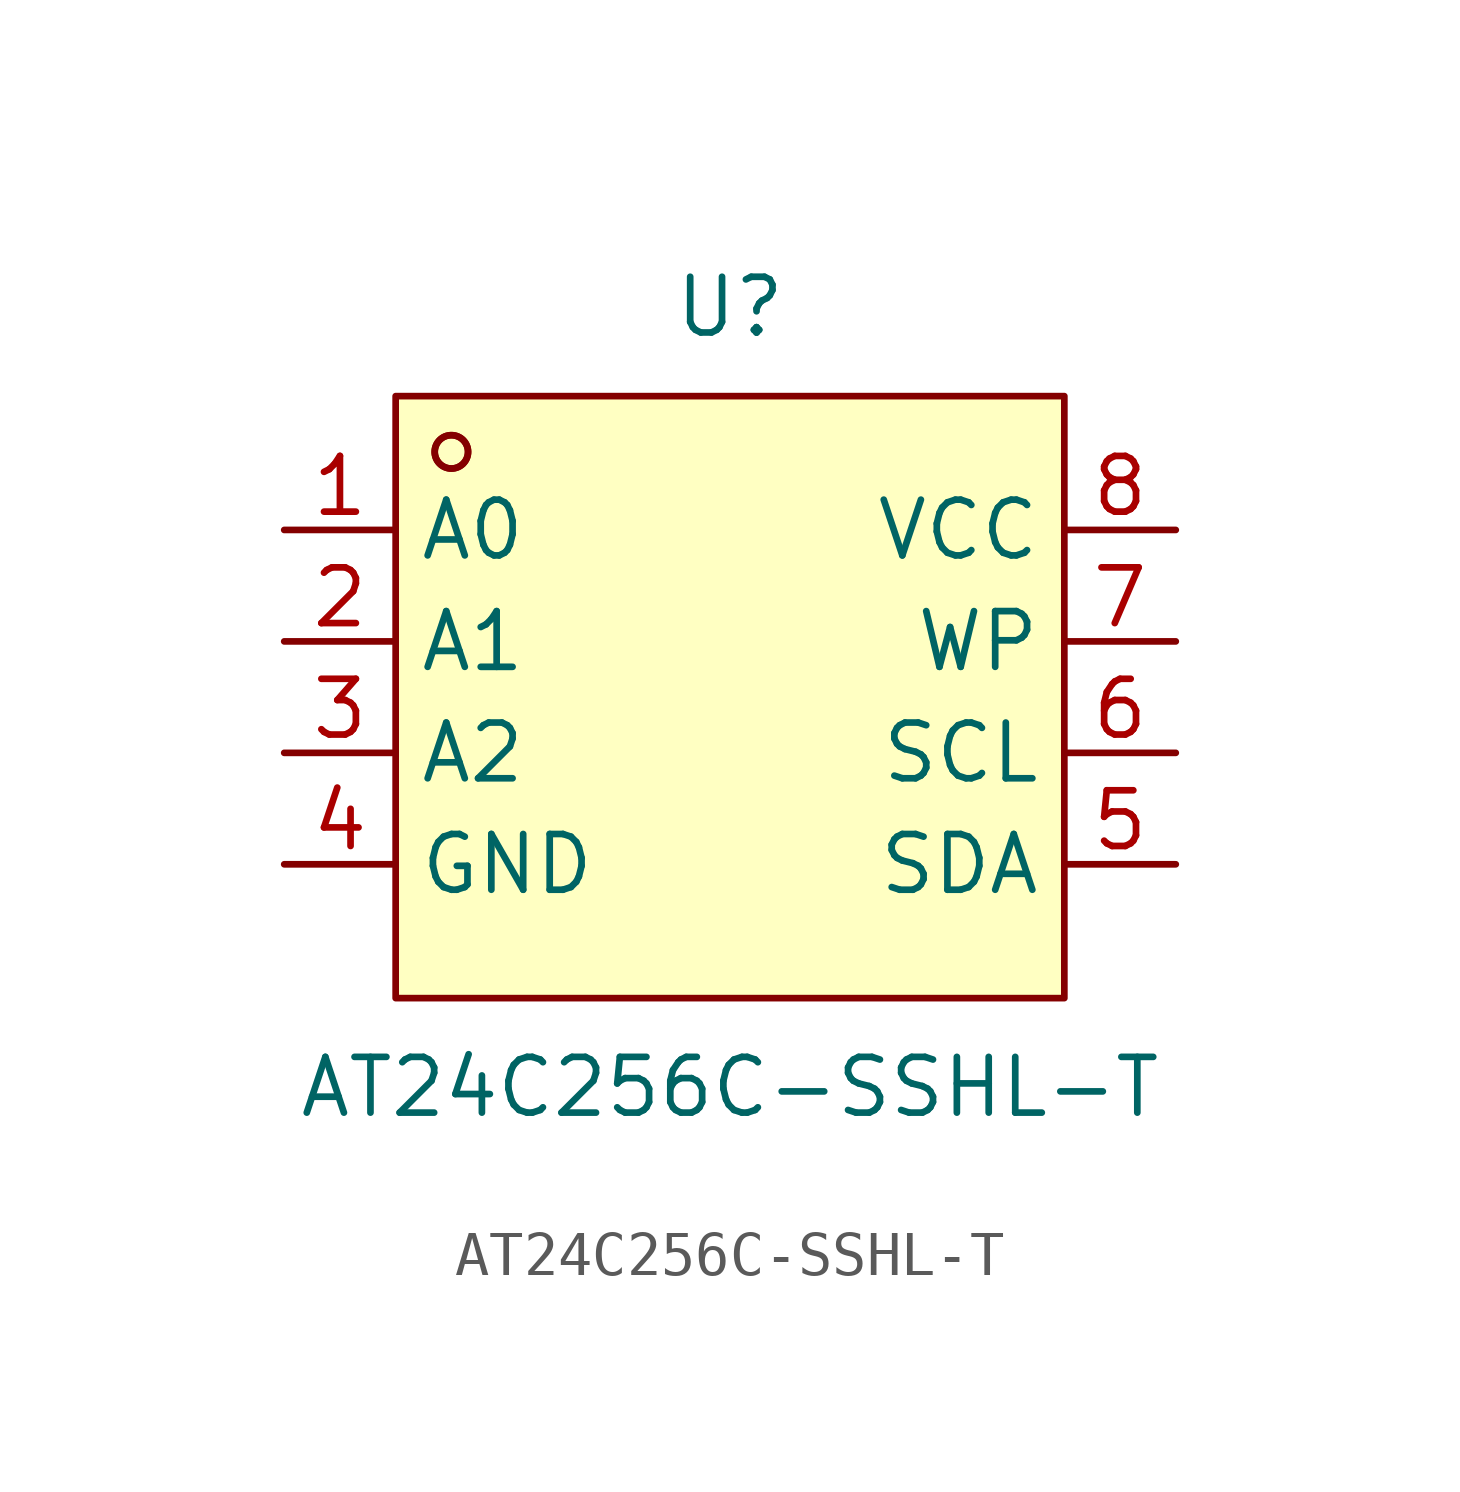
<source format=kicad_sym>
(kicad_symbol_lib
  (version 20241209)
  (generator "kicad_symbol_editor")
  (generator_version "9.0")
  (symbol "AT24C256C-SSHL-T"
    (property "Reference" "U"
      (at 0 8.89 0)
      (effects (font (size 1.27 1.27))))
    (property "Value" "AT24C256C-SSHL-T"
      (at 0 -8.89 0)
      (effects (font (size 1.27 1.27))))
    (symbol "AT24C256C-SSHL-T_0_1"
      (rectangle (start -7.62 6.86) (end 7.62 -6.86) (stroke (width 0) (type default)) (fill (type background)))
      (circle (center -6.35 5.59) (radius 0.38) (stroke (width 0) (type default)) (fill (type none)))
      (circle (center -6.35 5.59) (radius 0.38) (stroke (width 0) (type default)) (fill (type none)))
      (pin input line (at -10.16 3.81 0) (length 2.54) (name "A0" (effects (font (size 1.27 1.27)))) (number "1" (effects (font (size 1.27 1.27)))))
      (pin input line (at -10.16 1.27 0) (length 2.54) (name "A1" (effects (font (size 1.27 1.27)))) (number "2" (effects (font (size 1.27 1.27)))))
      (pin input line (at -10.16 -1.27 0) (length 2.54) (name "A2" (effects (font (size 1.27 1.27)))) (number "3" (effects (font (size 1.27 1.27)))))
      (pin power_in line (at -10.16 -3.81 0) (length 2.54) (name "GND" (effects (font (size 1.27 1.27)))) (number "4" (effects (font (size 1.27 1.27)))))
      (pin power_in line (at 10.16 3.81 180) (length 2.54) (name "VCC" (effects (font (size 1.27 1.27)))) (number "8" (effects (font (size 1.27 1.27)))))
      (pin input line (at 10.16 1.27 180) (length 2.54) (name "WP" (effects (font (size 1.27 1.27)))) (number "7" (effects (font (size 1.27 1.27)))))
      (pin input line (at 10.16 -1.27 180) (length 2.54) (name "SCL" (effects (font (size 1.27 1.27)))) (number "6" (effects (font (size 1.27 1.27)))))
      (pin bidirectional line (at 10.16 -3.81 180) (length 2.54) (name "SDA" (effects (font (size 1.27 1.27)))) (number "5" (effects (font (size 1.27 1.27))))))))
</source>
